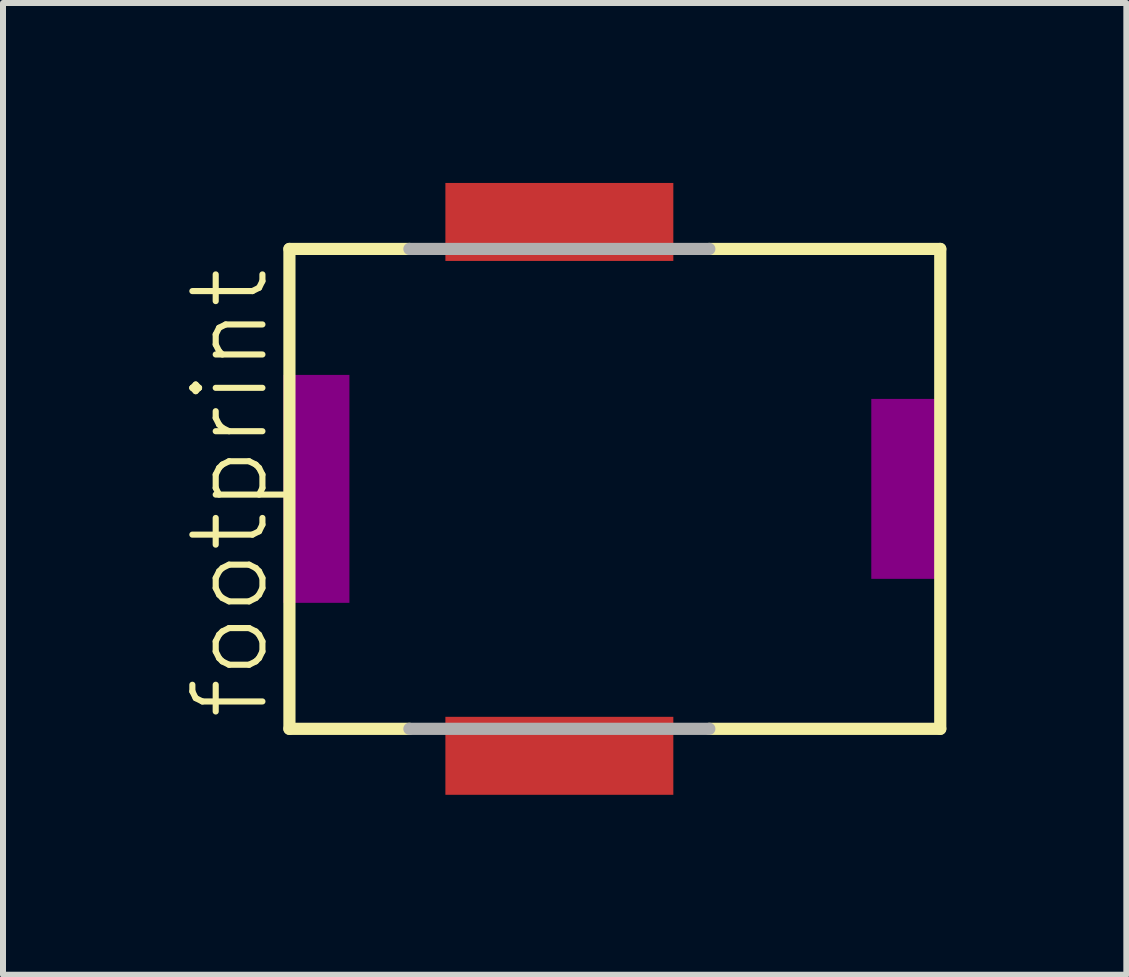
<source format=kicad_pcb>
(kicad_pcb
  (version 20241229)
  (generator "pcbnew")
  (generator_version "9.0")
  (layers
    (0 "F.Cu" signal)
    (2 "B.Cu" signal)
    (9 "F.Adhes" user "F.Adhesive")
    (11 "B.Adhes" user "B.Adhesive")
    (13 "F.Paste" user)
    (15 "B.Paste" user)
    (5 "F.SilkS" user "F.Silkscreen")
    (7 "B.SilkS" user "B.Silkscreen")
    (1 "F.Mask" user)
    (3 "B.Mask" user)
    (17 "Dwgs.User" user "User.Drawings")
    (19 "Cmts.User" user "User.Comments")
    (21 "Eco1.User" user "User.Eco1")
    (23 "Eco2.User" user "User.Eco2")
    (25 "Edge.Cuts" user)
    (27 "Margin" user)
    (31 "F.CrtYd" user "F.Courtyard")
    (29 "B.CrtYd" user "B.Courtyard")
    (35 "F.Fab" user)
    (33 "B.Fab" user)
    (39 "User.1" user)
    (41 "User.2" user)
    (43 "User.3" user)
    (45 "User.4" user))
  (footprint "footprint"
    (layer "F.Cu")
    (at 6.275 5.1)
    (property "Reference" "footprint" (at -4.802 3.889 90) (layer "F.SilkS") (effects (font (size 1.168 1.168) (thickness 0.102)) (justify left bottom)))
    (fp_line (start -4.5 -4) (end -4.5 4) (stroke (width 0.203) (type solid)) (layer "F.SilkS"))
    (fp_line (start -2.5 -4) (end -4.5 -4) (stroke (width 0.203) (type solid)) (layer "F.SilkS"))
    (fp_line (start -2.5 4) (end -4.5 4) (stroke (width 0.203) (type solid)) (layer "F.SilkS"))
    (fp_line (start 6.35 -4) (end 2.5 -4) (stroke (width 0.203) (type solid)) (layer "F.SilkS"))
    (fp_line (start 6.35 4) (end 2.5 4) (stroke (width 0.203) (type solid)) (layer "F.SilkS"))
    (fp_line (start 6.35 4) (end 6.35 -4) (stroke (width 0.203) (type solid)) (layer "F.SilkS"))
    (fp_poly (pts (xy -4.6 1.9) (xy -3.5 1.9) (xy -3.5 -1.9) (xy -4.6 -1.9)) (stroke (width 0) (type solid)) (fill yes) (layer "F.Adhes"))
    (fp_poly (pts (xy 5.2 1.5) (xy 6.4 1.5) (xy 6.4 -1.5) (xy 5.2 -1.5)) (stroke (width 0) (type solid)) (fill yes) (layer "F.Adhes"))
    (fp_line (start 2.5 -4) (end -2.5 -4) (stroke (width 0.203) (type solid)) (layer "F.Fab"))
    (fp_line (start 2.5 4) (end -2.5 4) (stroke (width 0.203) (type solid)) (layer "F.Fab"))
    (pad "1" smd rect (at 0 -4.45) (size 3.8 1.3) (layers "F.Cu" "F.Mask" "F.Paste"))
    (pad "2" smd rect (at 0 4.45) (size 3.8 1.3) (layers "F.Cu" "F.Mask" "F.Paste")))
  (gr_rect
    (start -3 -3)
    (end 15.727 13.2)
    (stroke (width 0.1) (type default))
    (fill no)
    (layer "Edge.Cuts")))
</source>
